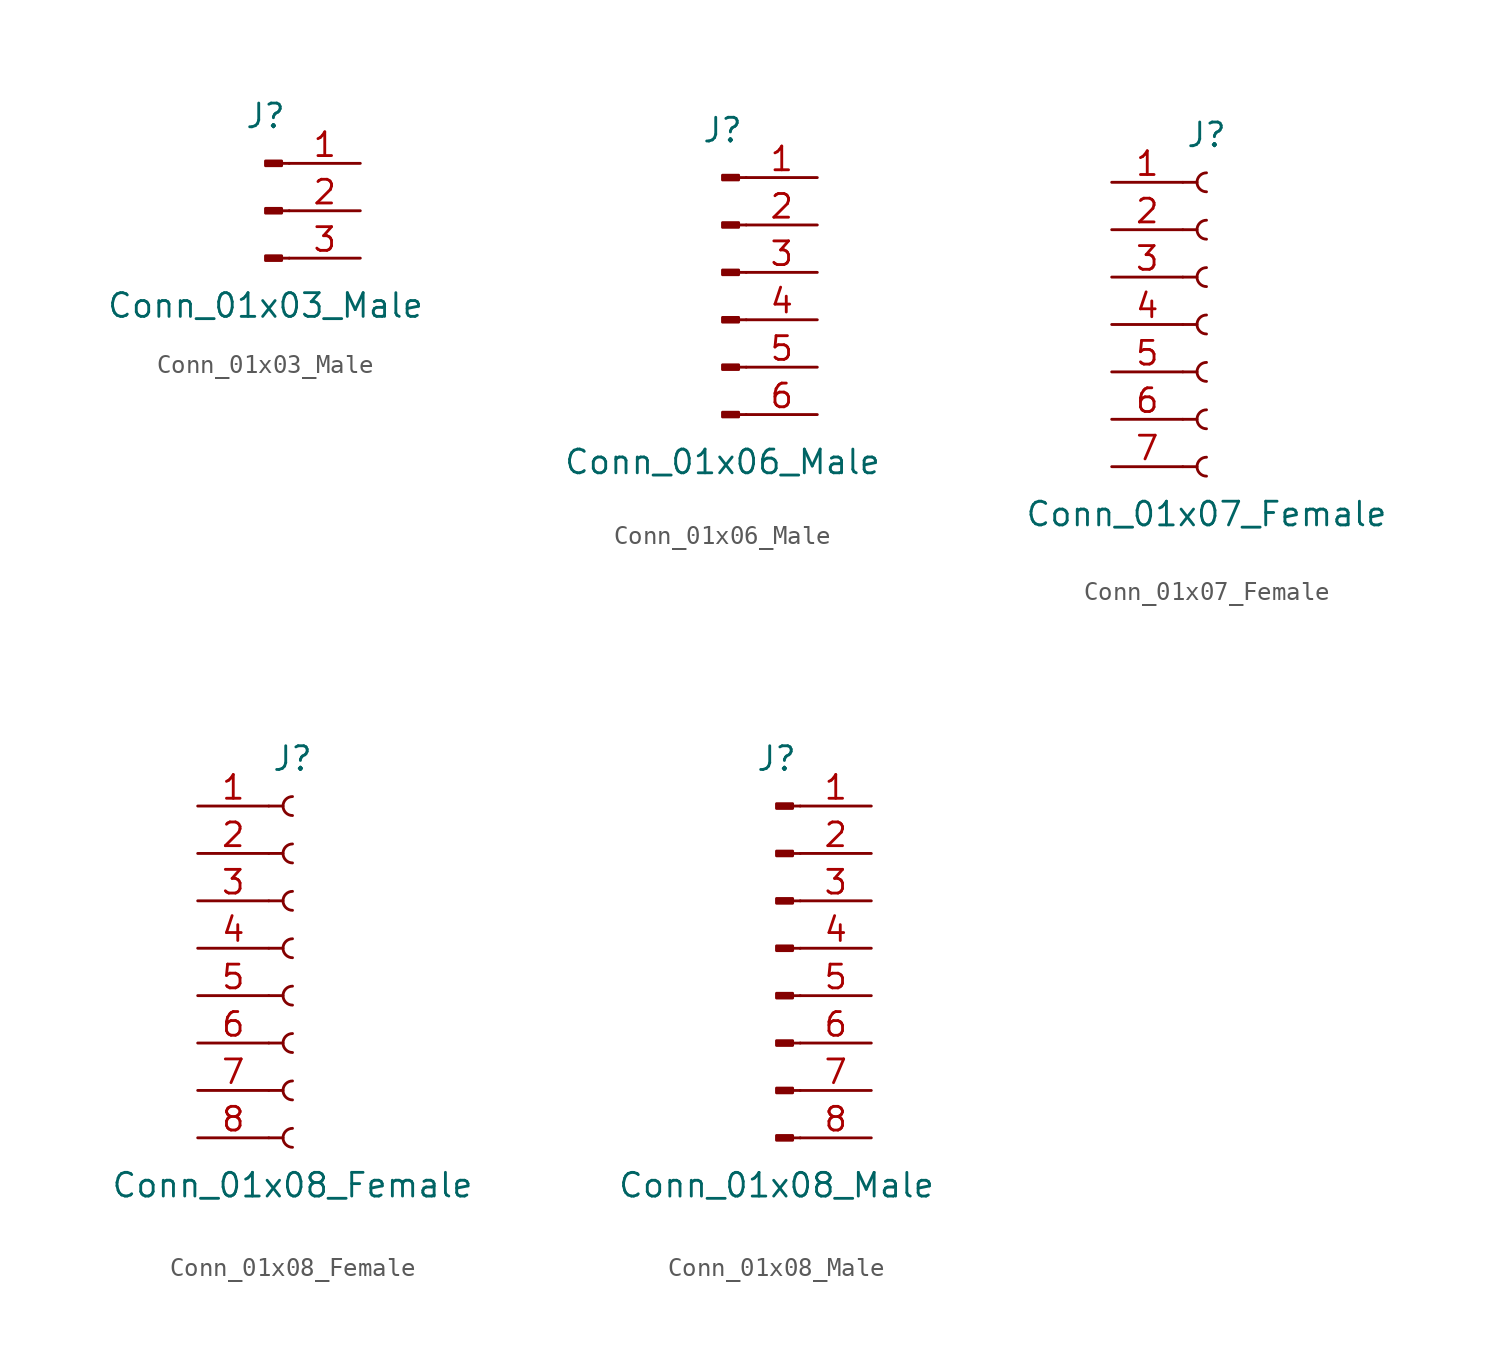
<source format=kicad_sym>
(kicad_symbol_lib
  (version 20211014)
  (generator kicad_symbol_editor)
  (symbol "Conn_01x03_Male"
    (pin_names
      (offset 1.016) hide)
    (property "Reference" "J"
      (at 0 5.08 0)
      (effects (font (size 1.27 1.27))))
    (property "Value" "Conn_01x03_Male"
      (at 0 -5.08 0)
      (effects (font (size 1.27 1.27))))
    (symbol "Conn_01x03_Male_1_1"
      (polyline (pts (xy 1.27 -2.54) (xy 0.864 -2.54)) (stroke (width 0.152) (type default) (color 0 0 0 0)) (fill (type none)))
      (polyline (pts (xy 1.27 0) (xy 0.864 0)) (stroke (width 0.152) (type default) (color 0 0 0 0)) (fill (type none)))
      (polyline (pts (xy 1.27 2.54) (xy 0.864 2.54)) (stroke (width 0.152) (type default) (color 0 0 0 0)) (fill (type none)))
      (rectangle (start 0.864 -2.413) (end 0 -2.667) (stroke (width 0.152) (type default) (color 0 0 0 0)) (fill (type outline)))
      (rectangle (start 0.864 0.127) (end 0 -0.127) (stroke (width 0.152) (type default) (color 0 0 0 0)) (fill (type outline)))
      (rectangle (start 0.864 2.667) (end 0 2.413) (stroke (width 0.152) (type default) (color 0 0 0 0)) (fill (type outline)))
      (pin passive line (at 5.08 2.54 180) (length 3.81) (name "Pin_1" (effects (font (size 1.27 1.27)))) (number "1" (effects (font (size 1.27 1.27)))))
      (pin passive line (at 5.08 0 180) (length 3.81) (name "Pin_2" (effects (font (size 1.27 1.27)))) (number "2" (effects (font (size 1.27 1.27)))))
      (pin passive line (at 5.08 -2.54 180) (length 3.81) (name "Pin_3" (effects (font (size 1.27 1.27)))) (number "3" (effects (font (size 1.27 1.27)))))))
  (symbol "Conn_01x06_Male"
    (pin_names
      (offset 1.016) hide)
    (property "Reference" "J"
      (at 0 7.62 0)
      (effects (font (size 1.27 1.27))))
    (property "Value" "Conn_01x06_Male"
      (at 0 -10.16 0)
      (effects (font (size 1.27 1.27))))
    (symbol "Conn_01x06_Male_1_1"
      (polyline (pts (xy 1.27 -7.62) (xy 0.864 -7.62)) (stroke (width 0.152) (type default) (color 0 0 0 0)) (fill (type none)))
      (polyline (pts (xy 1.27 -5.08) (xy 0.864 -5.08)) (stroke (width 0.152) (type default) (color 0 0 0 0)) (fill (type none)))
      (polyline (pts (xy 1.27 -2.54) (xy 0.864 -2.54)) (stroke (width 0.152) (type default) (color 0 0 0 0)) (fill (type none)))
      (polyline (pts (xy 1.27 0) (xy 0.864 0)) (stroke (width 0.152) (type default) (color 0 0 0 0)) (fill (type none)))
      (polyline (pts (xy 1.27 2.54) (xy 0.864 2.54)) (stroke (width 0.152) (type default) (color 0 0 0 0)) (fill (type none)))
      (polyline (pts (xy 1.27 5.08) (xy 0.864 5.08)) (stroke (width 0.152) (type default) (color 0 0 0 0)) (fill (type none)))
      (rectangle (start 0.864 -7.493) (end 0 -7.747) (stroke (width 0.152) (type default) (color 0 0 0 0)) (fill (type outline)))
      (rectangle (start 0.864 -4.953) (end 0 -5.207) (stroke (width 0.152) (type default) (color 0 0 0 0)) (fill (type outline)))
      (rectangle (start 0.864 -2.413) (end 0 -2.667) (stroke (width 0.152) (type default) (color 0 0 0 0)) (fill (type outline)))
      (rectangle (start 0.864 0.127) (end 0 -0.127) (stroke (width 0.152) (type default) (color 0 0 0 0)) (fill (type outline)))
      (rectangle (start 0.864 2.667) (end 0 2.413) (stroke (width 0.152) (type default) (color 0 0 0 0)) (fill (type outline)))
      (rectangle (start 0.864 5.207) (end 0 4.953) (stroke (width 0.152) (type default) (color 0 0 0 0)) (fill (type outline)))
      (pin passive line (at 5.08 5.08 180) (length 3.81) (name "Pin_1" (effects (font (size 1.27 1.27)))) (number "1" (effects (font (size 1.27 1.27)))))
      (pin passive line (at 5.08 2.54 180) (length 3.81) (name "Pin_2" (effects (font (size 1.27 1.27)))) (number "2" (effects (font (size 1.27 1.27)))))
      (pin passive line (at 5.08 0 180) (length 3.81) (name "Pin_3" (effects (font (size 1.27 1.27)))) (number "3" (effects (font (size 1.27 1.27)))))
      (pin passive line (at 5.08 -2.54 180) (length 3.81) (name "Pin_4" (effects (font (size 1.27 1.27)))) (number "4" (effects (font (size 1.27 1.27)))))
      (pin passive line (at 5.08 -5.08 180) (length 3.81) (name "Pin_5" (effects (font (size 1.27 1.27)))) (number "5" (effects (font (size 1.27 1.27)))))
      (pin passive line (at 5.08 -7.62 180) (length 3.81) (name "Pin_6" (effects (font (size 1.27 1.27)))) (number "6" (effects (font (size 1.27 1.27)))))))
  (symbol "Conn_01x07_Female"
    (pin_names
      (offset 1.016) hide)
    (property "Reference" "J"
      (at 0 10.16 0)
      (effects (font (size 1.27 1.27))))
    (property "Value" "Conn_01x07_Female"
      (at 0 -10.16 0)
      (effects (font (size 1.27 1.27))))
    (symbol "Conn_01x07_Female_1_1"
      (arc (start 0 -7.112) (mid -0.508 -7.62) (end 0 -8.128) (stroke (width 0.1524) (type default) (color 0 0 0 0)) (fill (type none)))
      (arc (start 0 -4.572) (mid -0.508 -5.08) (end 0 -5.588) (stroke (width 0.1524) (type default) (color 0 0 0 0)) (fill (type none)))
      (arc (start 0 -2.032) (mid -0.508 -2.54) (end 0 -3.048) (stroke (width 0.1524) (type default) (color 0 0 0 0)) (fill (type none)))
      (polyline (pts (xy -1.27 -7.62) (xy -0.508 -7.62)) (stroke (width 0.152) (type default) (color 0 0 0 0)) (fill (type none)))
      (polyline (pts (xy -1.27 -5.08) (xy -0.508 -5.08)) (stroke (width 0.152) (type default) (color 0 0 0 0)) (fill (type none)))
      (polyline (pts (xy -1.27 -2.54) (xy -0.508 -2.54)) (stroke (width 0.152) (type default) (color 0 0 0 0)) (fill (type none)))
      (polyline (pts (xy -1.27 0) (xy -0.508 0)) (stroke (width 0.152) (type default) (color 0 0 0 0)) (fill (type none)))
      (polyline (pts (xy -1.27 2.54) (xy -0.508 2.54)) (stroke (width 0.152) (type default) (color 0 0 0 0)) (fill (type none)))
      (polyline (pts (xy -1.27 5.08) (xy -0.508 5.08)) (stroke (width 0.152) (type default) (color 0 0 0 0)) (fill (type none)))
      (polyline (pts (xy -1.27 7.62) (xy -0.508 7.62)) (stroke (width 0.152) (type default) (color 0 0 0 0)) (fill (type none)))
      (arc (start 0 0.508) (mid -0.508 0) (end 0 -0.508) (stroke (width 0.1524) (type default) (color 0 0 0 0)) (fill (type none)))
      (arc (start 0 3.048) (mid -0.508 2.54) (end 0 2.032) (stroke (width 0.1524) (type default) (color 0 0 0 0)) (fill (type none)))
      (arc (start 0 5.588) (mid -0.508 5.08) (end 0 4.572) (stroke (width 0.1524) (type default) (color 0 0 0 0)) (fill (type none)))
      (arc (start 0 8.128) (mid -0.508 7.62) (end 0 7.112) (stroke (width 0.1524) (type default) (color 0 0 0 0)) (fill (type none)))
      (pin passive line (at -5.08 7.62 0) (length 3.81) (name "Pin_1" (effects (font (size 1.27 1.27)))) (number "1" (effects (font (size 1.27 1.27)))))
      (pin passive line (at -5.08 5.08 0) (length 3.81) (name "Pin_2" (effects (font (size 1.27 1.27)))) (number "2" (effects (font (size 1.27 1.27)))))
      (pin passive line (at -5.08 2.54 0) (length 3.81) (name "Pin_3" (effects (font (size 1.27 1.27)))) (number "3" (effects (font (size 1.27 1.27)))))
      (pin passive line (at -5.08 0 0) (length 3.81) (name "Pin_4" (effects (font (size 1.27 1.27)))) (number "4" (effects (font (size 1.27 1.27)))))
      (pin passive line (at -5.08 -2.54 0) (length 3.81) (name "Pin_5" (effects (font (size 1.27 1.27)))) (number "5" (effects (font (size 1.27 1.27)))))
      (pin passive line (at -5.08 -5.08 0) (length 3.81) (name "Pin_6" (effects (font (size 1.27 1.27)))) (number "6" (effects (font (size 1.27 1.27)))))
      (pin passive line (at -5.08 -7.62 0) (length 3.81) (name "Pin_7" (effects (font (size 1.27 1.27)))) (number "7" (effects (font (size 1.27 1.27)))))))
  (symbol "Conn_01x08_Female"
    (pin_names
      (offset 1.016) hide)
    (property "Reference" "J"
      (at 0 10.16 0)
      (effects (font (size 1.27 1.27))))
    (property "Value" "Conn_01x08_Female"
      (at 0 -12.7 0)
      (effects (font (size 1.27 1.27))))
    (symbol "Conn_01x08_Female_1_1"
      (arc (start 0 -9.652) (mid -0.508 -10.16) (end 0 -10.668) (stroke (width 0.1524) (type default) (color 0 0 0 0)) (fill (type none)))
      (arc (start 0 -7.112) (mid -0.508 -7.62) (end 0 -8.128) (stroke (width 0.1524) (type default) (color 0 0 0 0)) (fill (type none)))
      (arc (start 0 -4.572) (mid -0.508 -5.08) (end 0 -5.588) (stroke (width 0.1524) (type default) (color 0 0 0 0)) (fill (type none)))
      (arc (start 0 -2.032) (mid -0.508 -2.54) (end 0 -3.048) (stroke (width 0.1524) (type default) (color 0 0 0 0)) (fill (type none)))
      (polyline (pts (xy -1.27 -10.16) (xy -0.508 -10.16)) (stroke (width 0.152) (type default) (color 0 0 0 0)) (fill (type none)))
      (polyline (pts (xy -1.27 -7.62) (xy -0.508 -7.62)) (stroke (width 0.152) (type default) (color 0 0 0 0)) (fill (type none)))
      (polyline (pts (xy -1.27 -5.08) (xy -0.508 -5.08)) (stroke (width 0.152) (type default) (color 0 0 0 0)) (fill (type none)))
      (polyline (pts (xy -1.27 -2.54) (xy -0.508 -2.54)) (stroke (width 0.152) (type default) (color 0 0 0 0)) (fill (type none)))
      (polyline (pts (xy -1.27 0) (xy -0.508 0)) (stroke (width 0.152) (type default) (color 0 0 0 0)) (fill (type none)))
      (polyline (pts (xy -1.27 2.54) (xy -0.508 2.54)) (stroke (width 0.152) (type default) (color 0 0 0 0)) (fill (type none)))
      (polyline (pts (xy -1.27 5.08) (xy -0.508 5.08)) (stroke (width 0.152) (type default) (color 0 0 0 0)) (fill (type none)))
      (polyline (pts (xy -1.27 7.62) (xy -0.508 7.62)) (stroke (width 0.152) (type default) (color 0 0 0 0)) (fill (type none)))
      (arc (start 0 0.508) (mid -0.508 0) (end 0 -0.508) (stroke (width 0.1524) (type default) (color 0 0 0 0)) (fill (type none)))
      (arc (start 0 3.048) (mid -0.508 2.54) (end 0 2.032) (stroke (width 0.1524) (type default) (color 0 0 0 0)) (fill (type none)))
      (arc (start 0 5.588) (mid -0.508 5.08) (end 0 4.572) (stroke (width 0.1524) (type default) (color 0 0 0 0)) (fill (type none)))
      (arc (start 0 8.128) (mid -0.508 7.62) (end 0 7.112) (stroke (width 0.1524) (type default) (color 0 0 0 0)) (fill (type none)))
      (pin passive line (at -5.08 7.62 0) (length 3.81) (name "Pin_1" (effects (font (size 1.27 1.27)))) (number "1" (effects (font (size 1.27 1.27)))))
      (pin passive line (at -5.08 5.08 0) (length 3.81) (name "Pin_2" (effects (font (size 1.27 1.27)))) (number "2" (effects (font (size 1.27 1.27)))))
      (pin passive line (at -5.08 2.54 0) (length 3.81) (name "Pin_3" (effects (font (size 1.27 1.27)))) (number "3" (effects (font (size 1.27 1.27)))))
      (pin passive line (at -5.08 0 0) (length 3.81) (name "Pin_4" (effects (font (size 1.27 1.27)))) (number "4" (effects (font (size 1.27 1.27)))))
      (pin passive line (at -5.08 -2.54 0) (length 3.81) (name "Pin_5" (effects (font (size 1.27 1.27)))) (number "5" (effects (font (size 1.27 1.27)))))
      (pin passive line (at -5.08 -5.08 0) (length 3.81) (name "Pin_6" (effects (font (size 1.27 1.27)))) (number "6" (effects (font (size 1.27 1.27)))))
      (pin passive line (at -5.08 -7.62 0) (length 3.81) (name "Pin_7" (effects (font (size 1.27 1.27)))) (number "7" (effects (font (size 1.27 1.27)))))
      (pin passive line (at -5.08 -10.16 0) (length 3.81) (name "Pin_8" (effects (font (size 1.27 1.27)))) (number "8" (effects (font (size 1.27 1.27)))))))
  (symbol "Conn_01x08_Male"
    (pin_names
      (offset 1.016) hide)
    (property "Reference" "J"
      (at 0 10.16 0)
      (effects (font (size 1.27 1.27))))
    (property "Value" "Conn_01x08_Male"
      (at 0 -12.7 0)
      (effects (font (size 1.27 1.27))))
    (symbol "Conn_01x08_Male_1_1"
      (polyline (pts (xy 1.27 -10.16) (xy 0.864 -10.16)) (stroke (width 0.152) (type default) (color 0 0 0 0)) (fill (type none)))
      (polyline (pts (xy 1.27 -7.62) (xy 0.864 -7.62)) (stroke (width 0.152) (type default) (color 0 0 0 0)) (fill (type none)))
      (polyline (pts (xy 1.27 -5.08) (xy 0.864 -5.08)) (stroke (width 0.152) (type default) (color 0 0 0 0)) (fill (type none)))
      (polyline (pts (xy 1.27 -2.54) (xy 0.864 -2.54)) (stroke (width 0.152) (type default) (color 0 0 0 0)) (fill (type none)))
      (polyline (pts (xy 1.27 0) (xy 0.864 0)) (stroke (width 0.152) (type default) (color 0 0 0 0)) (fill (type none)))
      (polyline (pts (xy 1.27 2.54) (xy 0.864 2.54)) (stroke (width 0.152) (type default) (color 0 0 0 0)) (fill (type none)))
      (polyline (pts (xy 1.27 5.08) (xy 0.864 5.08)) (stroke (width 0.152) (type default) (color 0 0 0 0)) (fill (type none)))
      (polyline (pts (xy 1.27 7.62) (xy 0.864 7.62)) (stroke (width 0.152) (type default) (color 0 0 0 0)) (fill (type none)))
      (rectangle (start 0.864 -10.033) (end 0 -10.287) (stroke (width 0.152) (type default) (color 0 0 0 0)) (fill (type outline)))
      (rectangle (start 0.864 -7.493) (end 0 -7.747) (stroke (width 0.152) (type default) (color 0 0 0 0)) (fill (type outline)))
      (rectangle (start 0.864 -4.953) (end 0 -5.207) (stroke (width 0.152) (type default) (color 0 0 0 0)) (fill (type outline)))
      (rectangle (start 0.864 -2.413) (end 0 -2.667) (stroke (width 0.152) (type default) (color 0 0 0 0)) (fill (type outline)))
      (rectangle (start 0.864 0.127) (end 0 -0.127) (stroke (width 0.152) (type default) (color 0 0 0 0)) (fill (type outline)))
      (rectangle (start 0.864 2.667) (end 0 2.413) (stroke (width 0.152) (type default) (color 0 0 0 0)) (fill (type outline)))
      (rectangle (start 0.864 5.207) (end 0 4.953) (stroke (width 0.152) (type default) (color 0 0 0 0)) (fill (type outline)))
      (rectangle (start 0.864 7.747) (end 0 7.493) (stroke (width 0.152) (type default) (color 0 0 0 0)) (fill (type outline)))
      (pin passive line (at 5.08 7.62 180) (length 3.81) (name "Pin_1" (effects (font (size 1.27 1.27)))) (number "1" (effects (font (size 1.27 1.27)))))
      (pin passive line (at 5.08 5.08 180) (length 3.81) (name "Pin_2" (effects (font (size 1.27 1.27)))) (number "2" (effects (font (size 1.27 1.27)))))
      (pin passive line (at 5.08 2.54 180) (length 3.81) (name "Pin_3" (effects (font (size 1.27 1.27)))) (number "3" (effects (font (size 1.27 1.27)))))
      (pin passive line (at 5.08 0 180) (length 3.81) (name "Pin_4" (effects (font (size 1.27 1.27)))) (number "4" (effects (font (size 1.27 1.27)))))
      (pin passive line (at 5.08 -2.54 180) (length 3.81) (name "Pin_5" (effects (font (size 1.27 1.27)))) (number "5" (effects (font (size 1.27 1.27)))))
      (pin passive line (at 5.08 -5.08 180) (length 3.81) (name "Pin_6" (effects (font (size 1.27 1.27)))) (number "6" (effects (font (size 1.27 1.27)))))
      (pin passive line (at 5.08 -7.62 180) (length 3.81) (name "Pin_7" (effects (font (size 1.27 1.27)))) (number "7" (effects (font (size 1.27 1.27)))))
      (pin passive line (at 5.08 -10.16 180) (length 3.81) (name "Pin_8" (effects (font (size 1.27 1.27)))) (number "8" (effects (font (size 1.27 1.27))))))))
</source>
